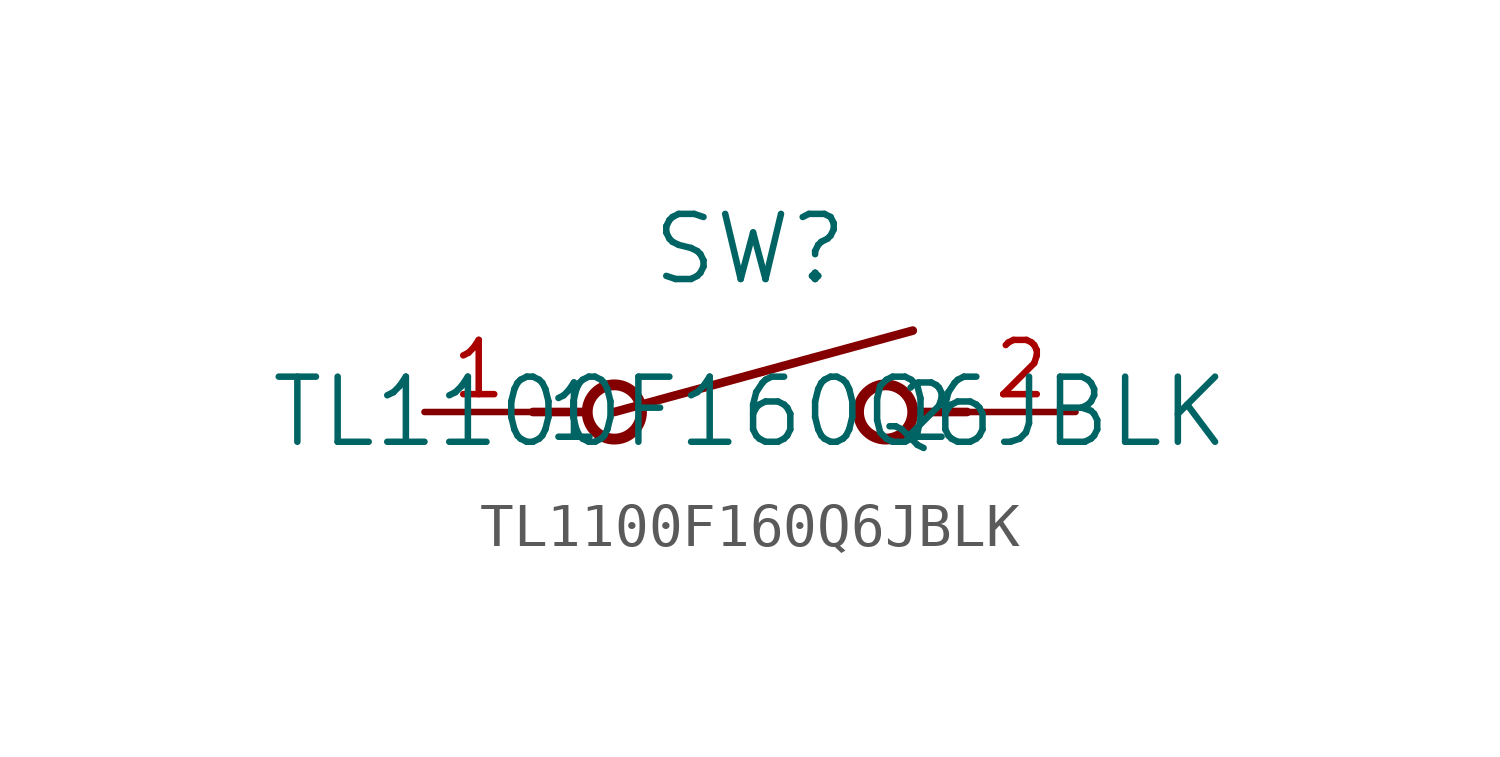
<source format=kicad_sym>
(kicad_symbol_lib
  (version 20211014)
  (generator kicad_symbol_editor)
  (symbol "TL1100F160Q6JBLK"
    (pin_names
      (offset 0.254))
    (property "Reference" "SW"
      (at 0 3.81 0)
      (effects (font (size 1.524 1.524))))
    (property "Value" "TL1100F160Q6JBLK"
      (at 0 0 0)
      (effects (font (size 1.524 1.524))))
    (symbol "TL1100F160Q6JBLK_0_1"
      (polyline (pts (xy -5.08 0) (xy -3.81 0)) (stroke (width 0.203) (type default) (color 0 0 0 0)) (fill (type none)))
      (circle (center 3.175 0) (radius 0.635) (stroke (width 0.254) (type default) (color 0 0 0 0)) (fill (type none)))
      (circle (center -3.175 0) (radius 0.635) (stroke (width 0.254) (type default) (color 0 0 0 0)) (fill (type none)))
      (polyline (pts (xy 5.08 0) (xy 3.81 0)) (stroke (width 0.203) (type default) (color 0 0 0 0)) (fill (type none)))
      (polyline (pts (xy -3.175 0) (xy 3.81 1.905)) (stroke (width 0.203) (type default) (color 0 0 0 0)) (fill (type none)))
      (pin unspecified line (at -7.62 0 0) (length 2.54) (name "1" (effects (font (size 1.27 1.27)))) (number "1" (effects (font (size 1.27 1.27)))))
      (pin unspecified line (at 7.62 0 180) (length 2.54) (name "2" (effects (font (size 1.27 1.27)))) (number "2" (effects (font (size 1.27 1.27))))))))
</source>
